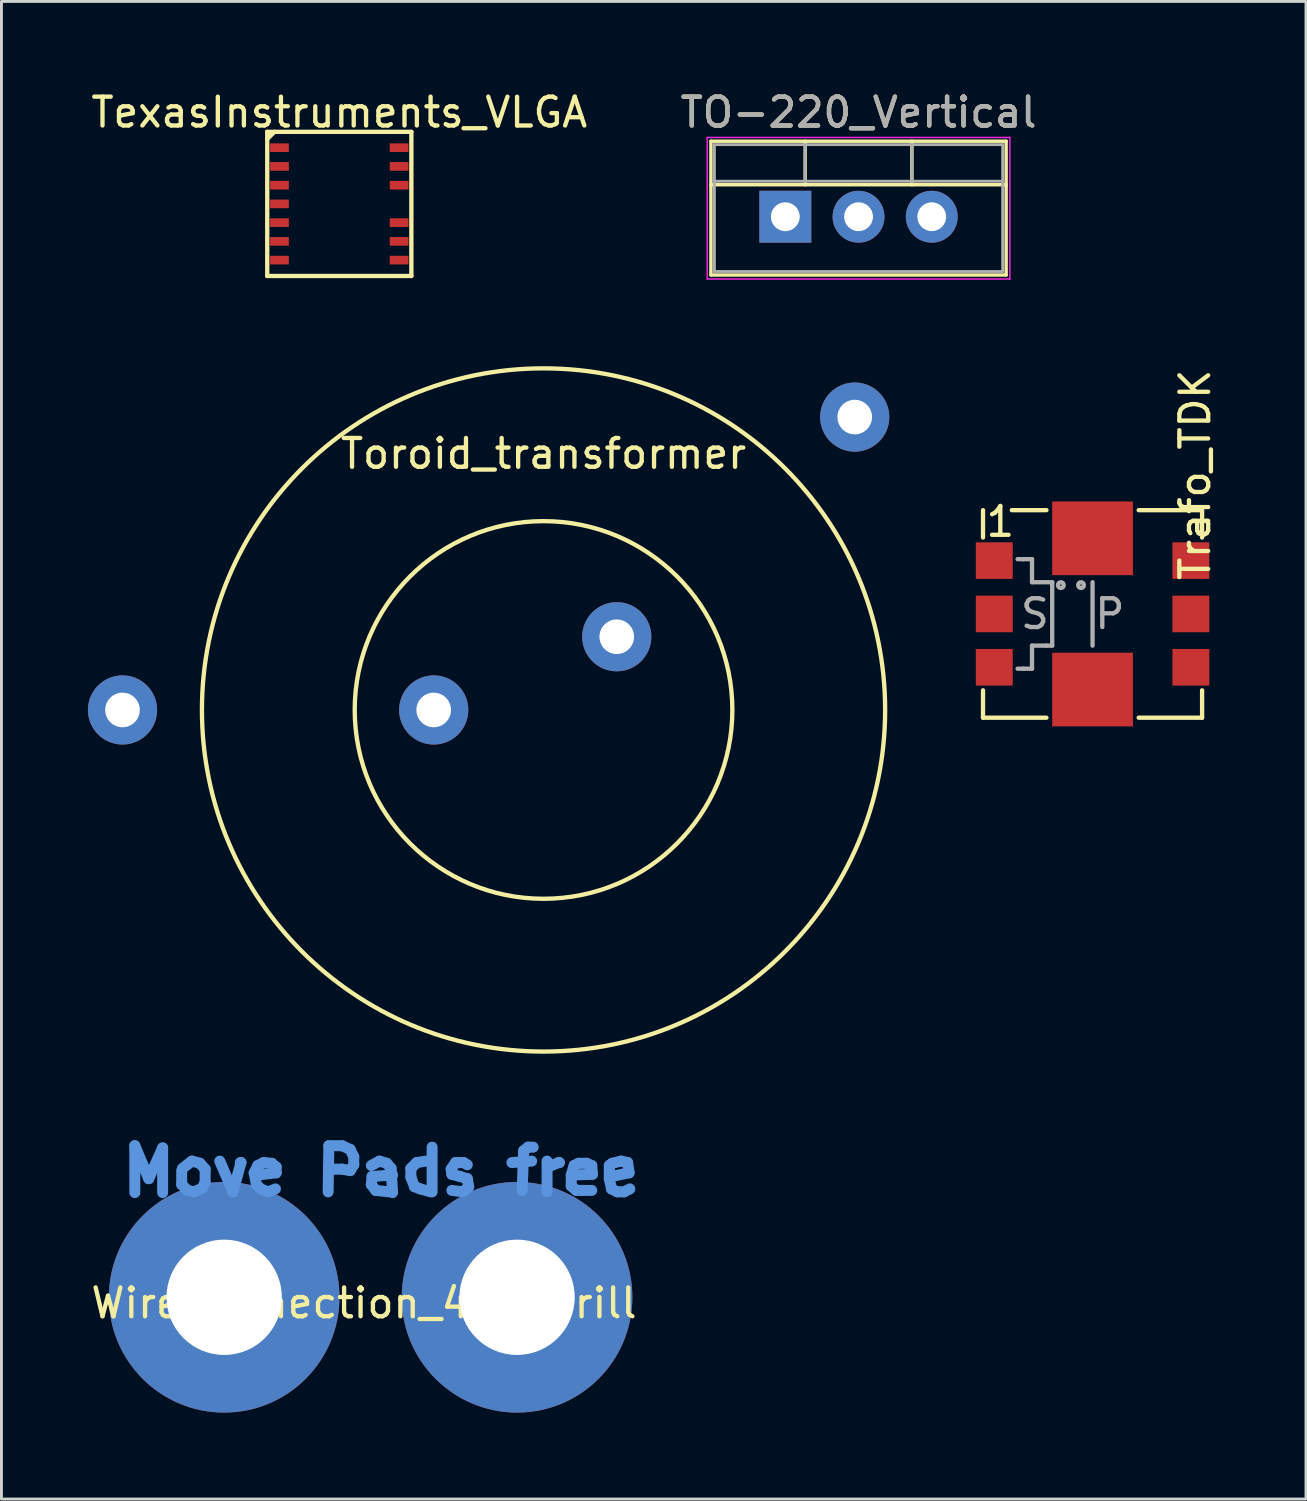
<source format=kicad_pcb>
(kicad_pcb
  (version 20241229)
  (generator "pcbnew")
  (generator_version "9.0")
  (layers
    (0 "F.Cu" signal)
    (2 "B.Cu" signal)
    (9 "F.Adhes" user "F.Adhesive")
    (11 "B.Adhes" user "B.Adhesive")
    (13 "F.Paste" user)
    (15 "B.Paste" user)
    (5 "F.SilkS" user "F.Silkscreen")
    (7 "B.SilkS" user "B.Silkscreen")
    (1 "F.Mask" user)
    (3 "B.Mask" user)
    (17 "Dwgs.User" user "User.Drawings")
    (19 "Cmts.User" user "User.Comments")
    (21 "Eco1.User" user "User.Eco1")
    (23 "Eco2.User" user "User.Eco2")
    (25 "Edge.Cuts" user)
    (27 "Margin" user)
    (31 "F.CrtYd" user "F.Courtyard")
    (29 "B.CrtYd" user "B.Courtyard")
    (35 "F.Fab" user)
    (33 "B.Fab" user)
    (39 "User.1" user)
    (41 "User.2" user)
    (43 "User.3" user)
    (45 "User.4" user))
  (footprint "Toroid_transformer"
    (layer "F.Cu")
    (at 15.805 21.578)
    (property "Reference" "Toroid_transformer" (at 0 -8.89 0) (layer "F.SilkS") (effects (font (size 1 1) (thickness 0.15))))
    (attr through_hole)
    (fp_circle (center 0 0) (end 6.55 0) (stroke (width 0.15) (type solid)) (fill no) (layer "F.SilkS"))
    (fp_circle (center 0 0) (end 11.85 0) (stroke (width 0.15) (type solid)) (fill no) (layer "F.SilkS"))
    (pad "1" thru_hole circle (at -14.605 0) (size 2.4 2.4) (drill 1.2) (layers "*.Cu" "*.Mask"))
    (pad "2" thru_hole circle (at -3.81 0) (size 2.4 2.4) (drill 1.2) (layers "*.Cu" "*.Mask"))
    (pad "3" thru_hole circle (at 10.795 -10.16) (size 2.4 2.4) (drill 1.2) (layers "*.Cu" "*.Mask"))
    (pad "4" thru_hole circle (at 2.54 -2.54) (size 2.4 2.4) (drill 1.2) (layers "*.Cu" "*.Mask")))
  (footprint "TexasInstruments_VLGA"
    (layer "F.Cu")
    (at 8.72 4.023)
    (property "Reference" "TexasInstruments_VLGA" (at 0 -3.175 0) (layer "F.SilkS") (effects (font (size 1 1) (thickness 0.15))))
    (attr through_hole)
    (fp_line (start -2.5 -2.5) (end 2.5 -2.5) (stroke (width 0.15) (type solid)) (layer "F.SilkS"))
    (fp_line (start -2.5 2.5) (end -2.5 -2.5) (stroke (width 0.15) (type solid)) (layer "F.SilkS"))
    (fp_line (start -2.25 -2.5) (end -2.5 -2.25) (stroke (width 0.15) (type solid)) (layer "F.SilkS"))
    (fp_line (start 2.5 -2.5) (end 2.5 2.5) (stroke (width 0.15) (type solid)) (layer "F.SilkS"))
    (fp_line (start 2.5 2.5) (end -2.5 2.5) (stroke (width 0.15) (type solid)) (layer "F.SilkS"))
    (pad "1" smd rect (at -2.075 -1.95) (size 0.65 0.3) (layers "F.Cu" "F.Mask" "F.Paste"))
    (pad "2" smd rect (at -2.075 -1.3) (size 0.65 0.3) (layers "F.Cu" "F.Mask" "F.Paste"))
    (pad "3" smd rect (at -2.075 -0.65) (size 0.65 0.3) (layers "F.Cu" "F.Mask" "F.Paste"))
    (pad "4" smd rect (at -2.075 0) (size 0.65 0.3) (layers "F.Cu" "F.Mask" "F.Paste"))
    (pad "5" smd rect (at -2.075 0.65) (size 0.65 0.3) (layers "F.Cu" "F.Mask" "F.Paste"))
    (pad "6" smd rect (at -2.075 1.3) (size 0.65 0.3) (layers "F.Cu" "F.Mask" "F.Paste"))
    (pad "7" smd rect (at -2.075 1.95) (size 0.65 0.3) (layers "F.Cu" "F.Mask" "F.Paste"))
    (pad "8" smd rect (at 2.075 1.95) (size 0.65 0.3) (layers "F.Cu" "F.Mask" "F.Paste"))
    (pad "9" smd rect (at 2.075 1.3) (size 0.65 0.3) (layers "F.Cu" "F.Mask" "F.Paste"))
    (pad "10" smd rect (at 2.075 0.65) (size 0.65 0.3) (layers "F.Cu" "F.Mask" "F.Paste"))
    (pad "11" smd rect (at 2.075 -0.65) (size 0.65 0.3) (layers "F.Cu" "F.Mask" "F.Paste"))
    (pad "12" smd rect (at 2.075 -1.3) (size 0.65 0.3) (layers "F.Cu" "F.Mask" "F.Paste"))
    (pad "13" smd rect (at 2.075 -1.95) (size 0.65 0.3) (layers "F.Cu" "F.Mask" "F.Paste")))
  (footprint "TO-220_Vertical"
    (layer "F.Cu")
    (at 24.192 4.468)
    (property "Reference" "TO-220_Vertical" (at 2.54 -3.62 0) (layer "F.SilkS") (effects (font (size 1 1) (thickness 0.15))))
    (attr through_hole)
    (fp_line (start -2.58 -2.62) (end -2.58 2.021) (stroke (width 0.12) (type solid)) (layer "F.SilkS"))
    (fp_line (start -2.58 -2.62) (end 7.66 -2.62) (stroke (width 0.12) (type solid)) (layer "F.SilkS"))
    (fp_line (start -2.58 -1.11) (end 7.66 -1.11) (stroke (width 0.12) (type solid)) (layer "F.SilkS"))
    (fp_line (start -2.58 2.021) (end 7.66 2.021) (stroke (width 0.12) (type solid)) (layer "F.SilkS"))
    (fp_line (start 0.69 -2.62) (end 0.69 -1.11) (stroke (width 0.12) (type solid)) (layer "F.SilkS"))
    (fp_line (start 4.391 -2.62) (end 4.391 -1.11) (stroke (width 0.12) (type solid)) (layer "F.SilkS"))
    (fp_line (start 7.66 -2.62) (end 7.66 2.021) (stroke (width 0.12) (type solid)) (layer "F.SilkS"))
    (fp_line (start -2.71 -2.75) (end -2.71 2.16) (stroke (width 0.05) (type solid)) (layer "F.CrtYd"))
    (fp_line (start -2.71 2.16) (end 7.79 2.16) (stroke (width 0.05) (type solid)) (layer "F.CrtYd"))
    (fp_line (start 7.79 -2.75) (end -2.71 -2.75) (stroke (width 0.05) (type solid)) (layer "F.CrtYd"))
    (fp_line (start 7.79 2.16) (end 7.79 -2.75) (stroke (width 0.05) (type solid)) (layer "F.CrtYd"))
    (fp_line (start -2.46 -2.5) (end -2.46 1.9) (stroke (width 0.1) (type solid)) (layer "F.Fab"))
    (fp_line (start -2.46 -1.23) (end 7.54 -1.23) (stroke (width 0.1) (type solid)) (layer "F.Fab"))
    (fp_line (start -2.46 1.9) (end 7.54 1.9) (stroke (width 0.1) (type solid)) (layer "F.Fab"))
    (fp_line (start 0.69 -2.5) (end 0.69 -1.23) (stroke (width 0.1) (type solid)) (layer "F.Fab"))
    (fp_line (start 4.39 -2.5) (end 4.39 -1.23) (stroke (width 0.1) (type solid)) (layer "F.Fab"))
    (fp_line (start 7.54 -2.5) (end -2.46 -2.5) (stroke (width 0.1) (type solid)) (layer "F.Fab"))
    (fp_line (start 7.54 1.9) (end 7.54 -2.5) (stroke (width 0.1) (type solid)) (layer "F.Fab"))
    (fp_text user "${REFERENCE}" (at 2.54 -3.62 0) (layer "F.Fab") (effects (font (size 1 1) (thickness 0.15))))
    (pad "1" thru_hole rect (at 0 0) (size 1.8 1.8) (drill 1) (layers "*.Cu" "*.Mask"))
    (pad "2" thru_hole oval (at 2.54 0) (size 1.8 1.8) (drill 1) (layers "*.Cu" "*.Mask"))
    (pad "3" thru_hole oval (at 5.08 0) (size 1.8 1.8) (drill 1) (layers "*.Cu" "*.Mask")))
  (footprint "WireConnection_4mmDrill"
    (layer "F.Cu")
    (at 4.726 41.952)
    (property "Reference" "WireConnection_4mmDrill" (at 4.851 0.203 0) (layer "F.SilkS") (effects (font (size 1 1) (thickness 0.15))))
    (attr through_hole)
    (fp_line (start -3.099 -5.258) (end -2.616 -4.115) (stroke (width 0.381) (type solid)) (layer "Cmts.User"))
    (fp_line (start -3.099 -3.632) (end -3.099 -5.258) (stroke (width 0.381) (type solid)) (layer "Cmts.User"))
    (fp_line (start -2.616 -4.115) (end -2.134 -5.182) (stroke (width 0.381) (type solid)) (layer "Cmts.User"))
    (fp_line (start -2.134 -5.182) (end -2.134 -3.632) (stroke (width 0.381) (type solid)) (layer "Cmts.User"))
    (fp_line (start -1.473 -4.394) (end -1.473 -3.912) (stroke (width 0.381) (type solid)) (layer "Cmts.User"))
    (fp_line (start -1.473 -3.912) (end -1.27 -3.708) (stroke (width 0.381) (type solid)) (layer "Cmts.User"))
    (fp_line (start -1.27 -3.708) (end -1.041 -3.658) (stroke (width 0.381) (type solid)) (layer "Cmts.User"))
    (fp_line (start -1.118 -4.724) (end -1.448 -4.47) (stroke (width 0.381) (type solid)) (layer "Cmts.User"))
    (fp_line (start -1.041 -3.658) (end -0.762 -3.785) (stroke (width 0.381) (type solid)) (layer "Cmts.User"))
    (fp_line (start -0.838 -4.648) (end -1.118 -4.724) (stroke (width 0.381) (type solid)) (layer "Cmts.User"))
    (fp_line (start -0.762 -3.785) (end -0.66 -3.988) (stroke (width 0.381) (type solid)) (layer "Cmts.User"))
    (fp_line (start -0.66 -4.445) (end -0.838 -4.648) (stroke (width 0.381) (type solid)) (layer "Cmts.User"))
    (fp_line (start -0.66 -3.988) (end -0.66 -4.445) (stroke (width 0.381) (type solid)) (layer "Cmts.User"))
    (fp_line (start -0.152 -4.724) (end 0.305 -3.658) (stroke (width 0.381) (type solid)) (layer "Cmts.User"))
    (fp_line (start 0.305 -3.658) (end 0.584 -4.674) (stroke (width 0.381) (type solid)) (layer "Cmts.User"))
    (fp_line (start 0.584 -4.674) (end 0.559 -4.674) (stroke (width 0.381) (type solid)) (layer "Cmts.User"))
    (fp_line (start 1.041 -4.318) (end 1.168 -4.572) (stroke (width 0.381) (type solid)) (layer "Cmts.User"))
    (fp_line (start 1.118 -3.912) (end 1.041 -4.318) (stroke (width 0.381) (type solid)) (layer "Cmts.User"))
    (fp_line (start 1.168 -4.572) (end 1.372 -4.674) (stroke (width 0.381) (type solid)) (layer "Cmts.User"))
    (fp_line (start 1.27 -3.759) (end 1.118 -3.912) (stroke (width 0.381) (type solid)) (layer "Cmts.User"))
    (fp_line (start 1.372 -4.674) (end 1.651 -4.648) (stroke (width 0.381) (type solid)) (layer "Cmts.User"))
    (fp_line (start 1.524 -3.658) (end 1.27 -3.759) (stroke (width 0.381) (type solid)) (layer "Cmts.User"))
    (fp_line (start 1.651 -4.648) (end 1.803 -4.521) (stroke (width 0.381) (type solid)) (layer "Cmts.User"))
    (fp_line (start 1.778 -3.759) (end 1.524 -3.658) (stroke (width 0.381) (type solid)) (layer "Cmts.User"))
    (fp_line (start 1.803 -4.521) (end 1.803 -4.318) (stroke (width 0.381) (type solid)) (layer "Cmts.User"))
    (fp_line (start 1.803 -4.318) (end 1.168 -4.242) (stroke (width 0.381) (type solid)) (layer "Cmts.User"))
    (fp_line (start 3.607 -3.658) (end 3.632 -5.258) (stroke (width 0.381) (type solid)) (layer "Cmts.User"))
    (fp_line (start 3.632 -5.258) (end 4.089 -5.258) (stroke (width 0.381) (type solid)) (layer "Cmts.User"))
    (fp_line (start 4.089 -5.258) (end 4.369 -5.131) (stroke (width 0.381) (type solid)) (layer "Cmts.User"))
    (fp_line (start 4.089 -4.445) (end 3.632 -4.445) (stroke (width 0.381) (type solid)) (layer "Cmts.User"))
    (fp_line (start 4.369 -5.131) (end 4.496 -4.877) (stroke (width 0.381) (type solid)) (layer "Cmts.User"))
    (fp_line (start 4.369 -4.394) (end 4.089 -4.445) (stroke (width 0.381) (type solid)) (layer "Cmts.User"))
    (fp_line (start 4.496 -4.877) (end 4.496 -4.597) (stroke (width 0.381) (type solid)) (layer "Cmts.User"))
    (fp_line (start 4.496 -4.597) (end 4.369 -4.394) (stroke (width 0.381) (type solid)) (layer "Cmts.User"))
    (fp_line (start 5.105 -4.572) (end 5.385 -4.724) (stroke (width 0.381) (type solid)) (layer "Cmts.User"))
    (fp_line (start 5.105 -3.912) (end 5.131 -4.191) (stroke (width 0.381) (type solid)) (layer "Cmts.User"))
    (fp_line (start 5.131 -4.191) (end 5.842 -4.242) (stroke (width 0.381) (type solid)) (layer "Cmts.User"))
    (fp_line (start 5.258 -3.708) (end 5.105 -3.912) (stroke (width 0.381) (type solid)) (layer "Cmts.User"))
    (fp_line (start 5.385 -4.724) (end 5.639 -4.648) (stroke (width 0.381) (type solid)) (layer "Cmts.User"))
    (fp_line (start 5.639 -4.648) (end 5.791 -4.47) (stroke (width 0.381) (type solid)) (layer "Cmts.User"))
    (fp_line (start 5.715 -3.658) (end 5.258 -3.708) (stroke (width 0.381) (type solid)) (layer "Cmts.User"))
    (fp_line (start 5.791 -4.47) (end 5.842 -3.632) (stroke (width 0.381) (type solid)) (layer "Cmts.User"))
    (fp_line (start 6.477 -4.47) (end 6.68 -4.674) (stroke (width 0.381) (type solid)) (layer "Cmts.User"))
    (fp_line (start 6.477 -4.166) (end 6.477 -4.47) (stroke (width 0.381) (type solid)) (layer "Cmts.User"))
    (fp_line (start 6.604 -3.835) (end 6.477 -4.166) (stroke (width 0.381) (type solid)) (layer "Cmts.User"))
    (fp_line (start 6.68 -4.674) (end 7.01 -4.724) (stroke (width 0.381) (type solid)) (layer "Cmts.User"))
    (fp_line (start 6.807 -3.759) (end 6.604 -3.835) (stroke (width 0.381) (type solid)) (layer "Cmts.User"))
    (fp_line (start 7.163 -3.658) (end 6.807 -3.759) (stroke (width 0.381) (type solid)) (layer "Cmts.User"))
    (fp_line (start 7.214 -5.207) (end 7.214 -3.658) (stroke (width 0.381) (type solid)) (layer "Cmts.User"))
    (fp_line (start 7.874 -4.445) (end 7.899 -4.267) (stroke (width 0.381) (type solid)) (layer "Cmts.User"))
    (fp_line (start 7.899 -4.267) (end 8.179 -4.191) (stroke (width 0.381) (type solid)) (layer "Cmts.User"))
    (fp_line (start 8.026 -4.674) (end 7.874 -4.445) (stroke (width 0.381) (type solid)) (layer "Cmts.User"))
    (fp_line (start 8.179 -4.191) (end 8.433 -4.115) (stroke (width 0.381) (type solid)) (layer "Cmts.User"))
    (fp_line (start 8.28 -3.658) (end 7.899 -3.708) (stroke (width 0.381) (type solid)) (layer "Cmts.User"))
    (fp_line (start 8.306 -4.674) (end 8.026 -4.674) (stroke (width 0.381) (type solid)) (layer "Cmts.User"))
    (fp_line (start 8.433 -4.597) (end 8.306 -4.674) (stroke (width 0.381) (type solid)) (layer "Cmts.User"))
    (fp_line (start 8.433 -4.115) (end 8.484 -3.835) (stroke (width 0.381) (type solid)) (layer "Cmts.User"))
    (fp_line (start 8.484 -3.835) (end 8.28 -3.658) (stroke (width 0.381) (type solid)) (layer "Cmts.User"))
    (fp_line (start 9.982 -4.674) (end 10.668 -4.724) (stroke (width 0.381) (type solid)) (layer "Cmts.User"))
    (fp_line (start 10.389 -5.08) (end 10.338 -3.708) (stroke (width 0.381) (type solid)) (layer "Cmts.User"))
    (fp_line (start 10.541 -5.207) (end 10.389 -5.08) (stroke (width 0.381) (type solid)) (layer "Cmts.User"))
    (fp_line (start 10.719 -5.207) (end 10.541 -5.207) (stroke (width 0.381) (type solid)) (layer "Cmts.User"))
    (fp_line (start 11.201 -4.724) (end 11.201 -3.658) (stroke (width 0.381) (type solid)) (layer "Cmts.User"))
    (fp_line (start 11.227 -4.521) (end 11.608 -4.674) (stroke (width 0.381) (type solid)) (layer "Cmts.User"))
    (fp_line (start 11.608 -4.674) (end 11.633 -4.674) (stroke (width 0.381) (type solid)) (layer "Cmts.User"))
    (fp_line (start 12.04 -4.242) (end 12.141 -4.572) (stroke (width 0.381) (type solid)) (layer "Cmts.User"))
    (fp_line (start 12.04 -3.861) (end 12.04 -4.242) (stroke (width 0.381) (type solid)) (layer "Cmts.User"))
    (fp_line (start 12.141 -4.572) (end 12.294 -4.648) (stroke (width 0.381) (type solid)) (layer "Cmts.User"))
    (fp_line (start 12.217 -3.708) (end 12.04 -3.861) (stroke (width 0.381) (type solid)) (layer "Cmts.User"))
    (fp_line (start 12.294 -4.648) (end 12.573 -4.648) (stroke (width 0.381) (type solid)) (layer "Cmts.User"))
    (fp_line (start 12.421 -3.708) (end 12.217 -3.708) (stroke (width 0.381) (type solid)) (layer "Cmts.User"))
    (fp_line (start 12.573 -4.648) (end 12.751 -4.572) (stroke (width 0.381) (type solid)) (layer "Cmts.User"))
    (fp_line (start 12.751 -4.572) (end 12.776 -4.267) (stroke (width 0.381) (type solid)) (layer "Cmts.User"))
    (fp_line (start 12.751 -3.708) (end 12.421 -3.708) (stroke (width 0.381) (type solid)) (layer "Cmts.User"))
    (fp_line (start 12.776 -4.267) (end 12.141 -4.242) (stroke (width 0.381) (type solid)) (layer "Cmts.User"))
    (fp_line (start 13.36 -4.572) (end 13.462 -4.648) (stroke (width 0.381) (type solid)) (layer "Cmts.User"))
    (fp_line (start 13.36 -4.115) (end 13.36 -4.572) (stroke (width 0.381) (type solid)) (layer "Cmts.User"))
    (fp_line (start 13.437 -4.191) (end 13.437 -4.242) (stroke (width 0.381) (type solid)) (layer "Cmts.User"))
    (fp_line (start 13.437 -3.759) (end 13.36 -4.115) (stroke (width 0.381) (type solid)) (layer "Cmts.User"))
    (fp_line (start 13.462 -4.648) (end 13.767 -4.724) (stroke (width 0.381) (type solid)) (layer "Cmts.User"))
    (fp_line (start 13.64 -3.658) (end 13.437 -3.759) (stroke (width 0.381) (type solid)) (layer "Cmts.User"))
    (fp_line (start 13.767 -4.724) (end 13.995 -4.674) (stroke (width 0.381) (type solid)) (layer "Cmts.User"))
    (fp_line (start 13.868 -3.658) (end 13.64 -3.658) (stroke (width 0.381) (type solid)) (layer "Cmts.User"))
    (fp_line (start 13.995 -4.674) (end 14.046 -4.318) (stroke (width 0.381) (type solid)) (layer "Cmts.User"))
    (fp_line (start 14.046 -4.318) (end 13.437 -4.191) (stroke (width 0.381) (type solid)) (layer "Cmts.User"))
    (fp_line (start 14.072 -3.759) (end 13.868 -3.658) (stroke (width 0.381) (type solid)) (layer "Cmts.User"))
    (pad "1" thru_hole circle (at 0 0) (size 8 8) (drill 4) (layers "*.Cu" "*.Mask"))
    (pad "2" thru_hole circle (at 10.16 0) (size 8 8) (drill 4) (layers "*.Cu" "*.Mask")))
  (footprint "Trafo_TDK"
    (layer "F.Cu")
    (at 34.85 18.247)
    (property "Reference" "Trafo_TDK" (at 3.556 -4.826 90) (layer "F.SilkS") (effects (font (size 1 1) (thickness 0.15))))
    (attr through_hole)
    (fp_line (start -3.8 -3.6) (end -3.8 -2.65) (stroke (width 0.15) (type solid)) (layer "F.SilkS"))
    (fp_line (start -3.8 3.6) (end -3.8 2.65) (stroke (width 0.15) (type solid)) (layer "F.SilkS"))
    (fp_line (start -1.6 -3.6) (end -2.8 -3.6) (stroke (width 0.15) (type solid)) (layer "F.SilkS"))
    (fp_line (start -1.6 3.6) (end -3.8 3.6) (stroke (width 0.15) (type solid)) (layer "F.SilkS"))
    (fp_line (start 1.6 -3.6) (end 3.8 -3.6) (stroke (width 0.15) (type solid)) (layer "F.SilkS"))
    (fp_line (start 3.8 -3.6) (end 3.8 -2.65) (stroke (width 0.15) (type solid)) (layer "F.SilkS"))
    (fp_line (start 3.8 2.65) (end 3.8 3.6) (stroke (width 0.15) (type solid)) (layer "F.SilkS"))
    (fp_line (start 3.8 3.6) (end 1.6 3.6) (stroke (width 0.15) (type solid)) (layer "F.SilkS"))
    (fp_line (start -2.6 -1.9) (end -2.4 -1.9) (stroke (width 0.15) (type solid)) (layer "F.Fab"))
    (fp_line (start -2.4 1.9) (end -2.6 1.9) (stroke (width 0.15) (type solid)) (layer "F.Fab"))
    (fp_line (start -2.1 -1.9) (end -2.4 -1.9) (stroke (width 0.15) (type solid)) (layer "F.Fab"))
    (fp_line (start -2.1 -1.1) (end -2.1 -1.9) (stroke (width 0.15) (type solid)) (layer "F.Fab"))
    (fp_line (start -2.1 1.1) (end -2.1 1.9) (stroke (width 0.15) (type solid)) (layer "F.Fab"))
    (fp_line (start -2.1 1.9) (end -2.4 1.9) (stroke (width 0.15) (type solid)) (layer "F.Fab"))
    (fp_line (start -1.6 1.1) (end -2.1 1.1) (stroke (width 0.15) (type solid)) (layer "F.Fab"))
    (fp_line (start -1.4 -1.1) (end -2.1 -1.1) (stroke (width 0.15) (type solid)) (layer "F.Fab"))
    (fp_line (start -1.4 -1.1) (end -1.4 1.1) (stroke (width 0.15) (type solid)) (layer "F.Fab"))
    (fp_line (start -1.4 1.1) (end -1.6 1.1) (stroke (width 0.15) (type solid)) (layer "F.Fab"))
    (fp_line (start 0 -1.1) (end 0 1.1) (stroke (width 0.15) (type solid)) (layer "F.Fab"))
    (fp_circle (center -1.1 -1) (end -1.1 -1.1) (stroke (width 0.15) (type solid)) (fill no) (layer "F.Fab"))
    (fp_circle (center -0.4 -1) (end -0.4 -1.1) (stroke (width 0.15) (type solid)) (fill no) (layer "F.Fab"))
    (fp_text user "1" (at -3.2 -3.2 0) (layer "F.SilkS") (effects (font (size 1 1) (thickness 0.15))))
    (fp_text user "S" (at -2 0 180) (layer "F.Fab") (effects (font (size 1 1) (thickness 0.15))))
    (fp_text user "P" (at 0.6 0 180) (layer "F.Fab") (effects (font (size 1 1) (thickness 0.15))))
    (pad "1" smd rect (at -3.41 -1.85) (size 1.28 1.27) (layers "F.Cu" "F.Mask" "F.Paste"))
    (pad "2" smd rect (at -3.41 0) (size 1.28 1.27) (layers "F.Cu" "F.Mask" "F.Paste"))
    (pad "3" smd rect (at -3.41 1.85) (size 1.28 1.27) (layers "F.Cu" "F.Mask" "F.Paste"))
    (pad "4" smd rect (at 3.41 1.85) (size 1.28 1.27) (layers "F.Cu" "F.Mask" "F.Paste"))
    (pad "5" smd rect (at 3.41 0) (size 1.28 1.27) (layers "F.Cu" "F.Mask" "F.Paste"))
    (pad "6" smd rect (at 3.41 -1.85) (size 1.28 1.27) (layers "F.Cu" "F.Mask" "F.Paste"))
    (pad "7" smd rect (at 0 2.623) (size 2.8 2.555) (layers "F.Cu" "F.Mask" "F.Paste"))
    (pad "8" smd rect (at 0 -2.623) (size 2.8 2.555) (layers "F.Cu" "F.Mask" "F.Paste")))
  (gr_rect
    (start -3 -3)
    (end 42.254 48.952)
    (stroke (width 0.1) (type default))
    (fill no)
    (layer "Edge.Cuts")))
</source>
